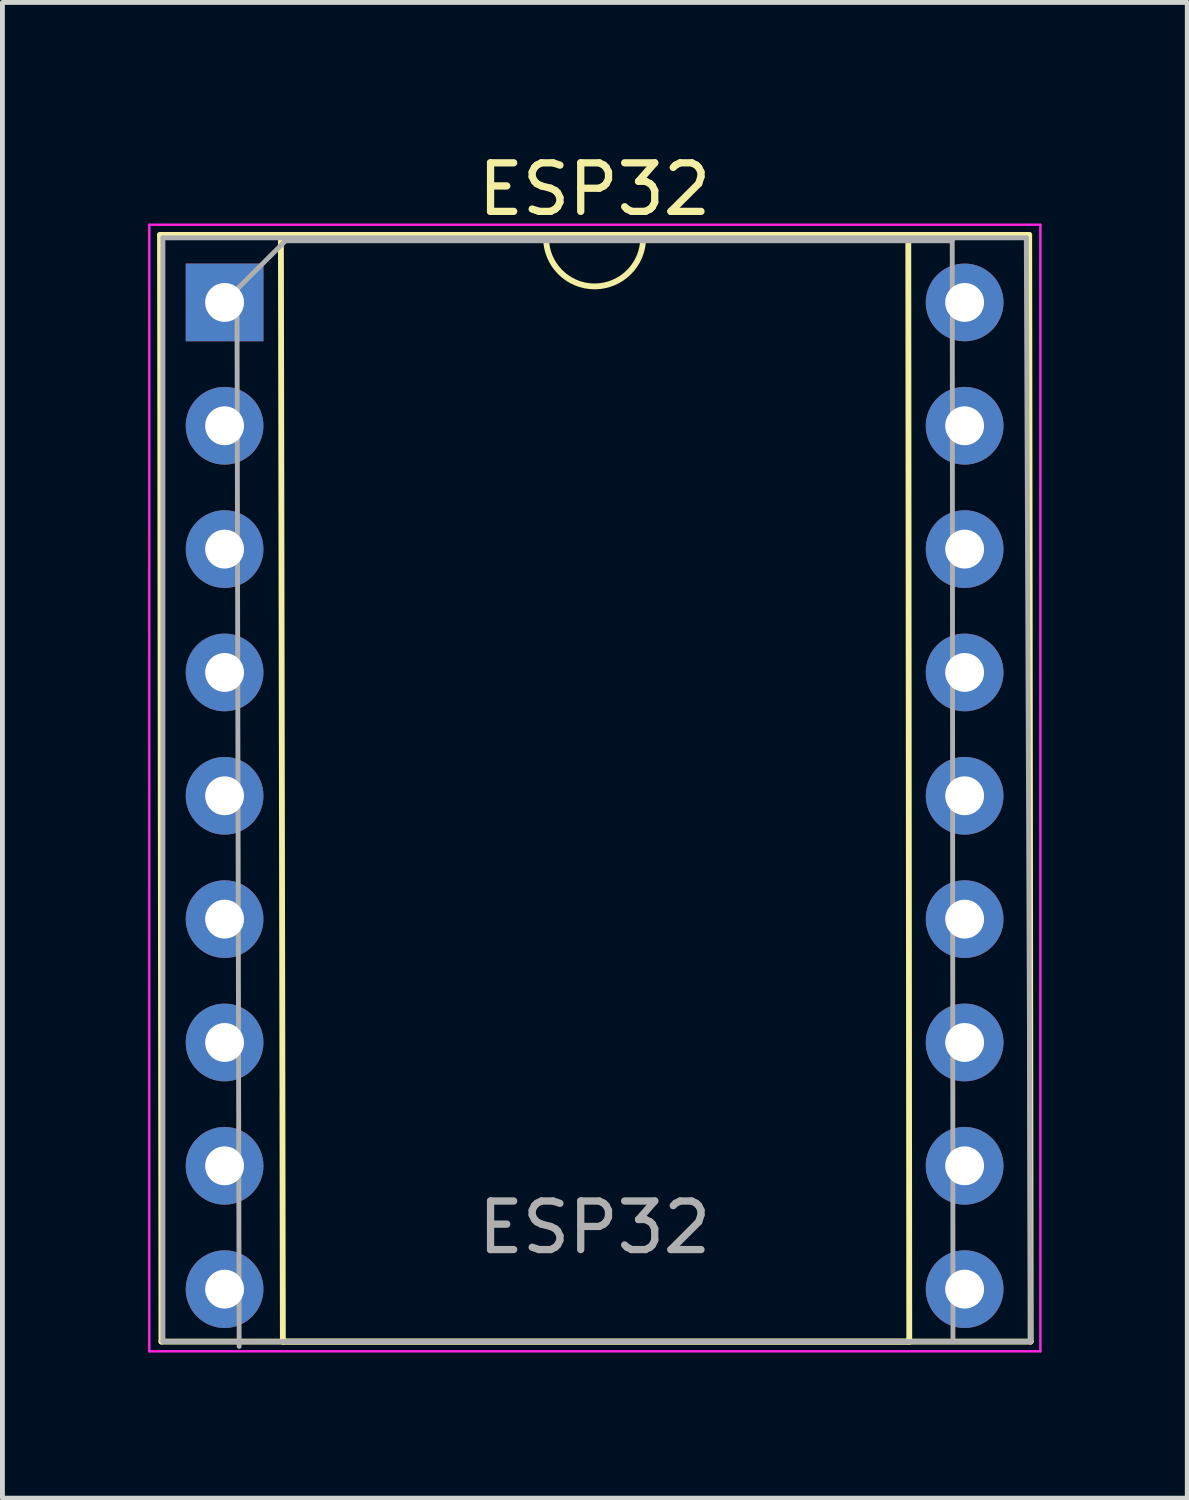
<source format=kicad_pcb>
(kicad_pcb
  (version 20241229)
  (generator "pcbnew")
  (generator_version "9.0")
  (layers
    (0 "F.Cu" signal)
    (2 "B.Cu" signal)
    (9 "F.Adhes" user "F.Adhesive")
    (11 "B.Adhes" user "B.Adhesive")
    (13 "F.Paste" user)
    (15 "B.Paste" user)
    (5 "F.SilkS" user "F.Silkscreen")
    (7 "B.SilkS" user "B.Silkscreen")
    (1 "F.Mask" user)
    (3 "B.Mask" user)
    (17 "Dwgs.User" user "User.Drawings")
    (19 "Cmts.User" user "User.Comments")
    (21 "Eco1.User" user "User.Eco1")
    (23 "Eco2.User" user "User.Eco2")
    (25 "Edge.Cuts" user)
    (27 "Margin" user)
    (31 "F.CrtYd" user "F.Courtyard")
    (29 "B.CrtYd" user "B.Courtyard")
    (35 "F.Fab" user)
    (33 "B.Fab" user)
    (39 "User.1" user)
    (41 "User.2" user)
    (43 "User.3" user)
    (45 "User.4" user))
  (footprint "ESP32"
    (layer "F.Cu")
    (at 1.575 3.178)
    (property "Reference" "ESP32" (at 7.62 -2.33 0) (layer "F.SilkS") (effects (font (size 1 1) (thickness 0.15))))
    (attr through_hole)
    (fp_line (start -1.33 -1.39) (end -1.3 21.4) (stroke (width 0.12) (type solid)) (layer "F.SilkS"))
    (fp_line (start -1.3 21.4) (end 16.6 21.4) (stroke (width 0.12) (type solid)) (layer "F.SilkS"))
    (fp_line (start 1.16 -1.33) (end 1.2 21.4) (stroke (width 0.12) (type solid)) (layer "F.SilkS"))
    (fp_line (start 1.2 21.4) (end 14.1 21.4) (stroke (width 0.12) (type solid)) (layer "F.SilkS"))
    (fp_line (start 6.62 -1.33) (end 1.16 -1.33) (stroke (width 0.12) (type solid)) (layer "F.SilkS"))
    (fp_line (start 14.08 -1.33) (end 8.62 -1.33) (stroke (width 0.12) (type solid)) (layer "F.SilkS"))
    (fp_line (start 14.1 21.4) (end 14.08 -1.33) (stroke (width 0.12) (type solid)) (layer "F.SilkS"))
    (fp_line (start 16.57 -1.39) (end -1.33 -1.39) (stroke (width 0.12) (type solid)) (layer "F.SilkS"))
    (fp_line (start 16.6 21.4) (end 16.57 -1.39) (stroke (width 0.12) (type solid)) (layer "F.SilkS"))
    (fp_arc (start 8.62 -1.33) (mid 7.62 -0.33) (end 6.62 -1.33) (stroke (width 0.12) (type solid)) (layer "F.SilkS"))
    (fp_line (start -1.55 -1.6) (end -1.55 21.6) (stroke (width 0.05) (type solid)) (layer "F.CrtYd"))
    (fp_line (start -1.55 21.6) (end 16.8 21.6) (stroke (width 0.05) (type solid)) (layer "F.CrtYd"))
    (fp_line (start 16.8 -1.6) (end -1.55 -1.6) (stroke (width 0.05) (type solid)) (layer "F.CrtYd"))
    (fp_line (start 16.8 21.6) (end 16.8 -1.6) (stroke (width 0.05) (type solid)) (layer "F.CrtYd"))
    (fp_line (start -1.27 -1.33) (end -1.27 21.4) (stroke (width 0.1) (type solid)) (layer "F.Fab"))
    (fp_line (start -1.27 21.4) (end 16.6 21.4) (stroke (width 0.1) (type solid)) (layer "F.Fab"))
    (fp_line (start 0.255 -0.27) (end 1.255 -1.27) (stroke (width 0.1) (type solid)) (layer "F.Fab"))
    (fp_line (start 0.3 21.5) (end 0.255 -0.27) (stroke (width 0.1) (type solid)) (layer "F.Fab"))
    (fp_line (start 1.255 -1.27) (end 14.985 -1.27) (stroke (width 0.1) (type solid)) (layer "F.Fab"))
    (fp_line (start 14.985 -1.27) (end 15 21.4) (stroke (width 0.1) (type solid)) (layer "F.Fab"))
    (fp_line (start 15 21.4) (end 1.2 21.4) (stroke (width 0.1) (type solid)) (layer "F.Fab"))
    (fp_line (start 16.51 -1.33) (end -1.27 -1.33) (stroke (width 0.1) (type solid)) (layer "F.Fab"))
    (fp_line (start 16.6 21.4) (end 16.51 -1.33) (stroke (width 0.1) (type solid)) (layer "F.Fab"))
    (fp_text user "${REFERENCE}" (at 7.62 19.05 0) (layer "F.Fab") (effects (font (size 1 1) (thickness 0.15))))
    (pad "1" thru_hole rect (at 0 0) (size 1.6 1.6) (drill 0.8) (layers "*.Cu" "*.Mask"))
    (pad "2" thru_hole oval (at 0 2.54) (size 1.6 1.6) (drill 0.8) (layers "*.Cu" "*.Mask"))
    (pad "3" thru_hole oval (at 0 5.08) (size 1.6 1.6) (drill 0.8) (layers "*.Cu" "*.Mask"))
    (pad "4" thru_hole oval (at 0 7.62) (size 1.6 1.6) (drill 0.8) (layers "*.Cu" "*.Mask"))
    (pad "5" thru_hole oval (at 0 10.16) (size 1.6 1.6) (drill 0.8) (layers "*.Cu" "*.Mask"))
    (pad "6" thru_hole oval (at 0 12.7) (size 1.6 1.6) (drill 0.8) (layers "*.Cu" "*.Mask"))
    (pad "7" thru_hole oval (at 0 15.24) (size 1.6 1.6) (drill 0.8) (layers "*.Cu" "*.Mask"))
    (pad "8" thru_hole oval (at 0 17.78) (size 1.6 1.6) (drill 0.8) (layers "*.Cu" "*.Mask"))
    (pad "9" thru_hole oval (at 0 20.32) (size 1.6 1.6) (drill 0.8) (layers "*.Cu" "*.Mask"))
    (pad "10" thru_hole oval (at 15.24 20.32) (size 1.6 1.6) (drill 0.8) (layers "*.Cu" "*.Mask"))
    (pad "11" thru_hole oval (at 15.24 17.78) (size 1.6 1.6) (drill 0.8) (layers "*.Cu" "*.Mask"))
    (pad "12" thru_hole oval (at 15.24 15.24) (size 1.6 1.6) (drill 0.8) (layers "*.Cu" "*.Mask"))
    (pad "13" thru_hole oval (at 15.24 12.7) (size 1.6 1.6) (drill 0.8) (layers "*.Cu" "*.Mask"))
    (pad "14" thru_hole oval (at 15.24 10.16) (size 1.6 1.6) (drill 0.8) (layers "*.Cu" "*.Mask"))
    (pad "15" thru_hole oval (at 15.24 7.62) (size 1.6 1.6) (drill 0.8) (layers "*.Cu" "*.Mask"))
    (pad "16" thru_hole oval (at 15.24 5.08) (size 1.6 1.6) (drill 0.8) (layers "*.Cu" "*.Mask"))
    (pad "17" thru_hole oval (at 15.24 2.54) (size 1.6 1.6) (drill 0.8) (layers "*.Cu" "*.Mask"))
    (pad "18" thru_hole oval (at 15.24 0) (size 1.6 1.6) (drill 0.8) (layers "*.Cu" "*.Mask")))
  (gr_rect
    (start -3 -3)
    (end 21.4 27.803)
    (stroke (width 0.1) (type default))
    (fill no)
    (layer "Edge.Cuts")))
</source>
